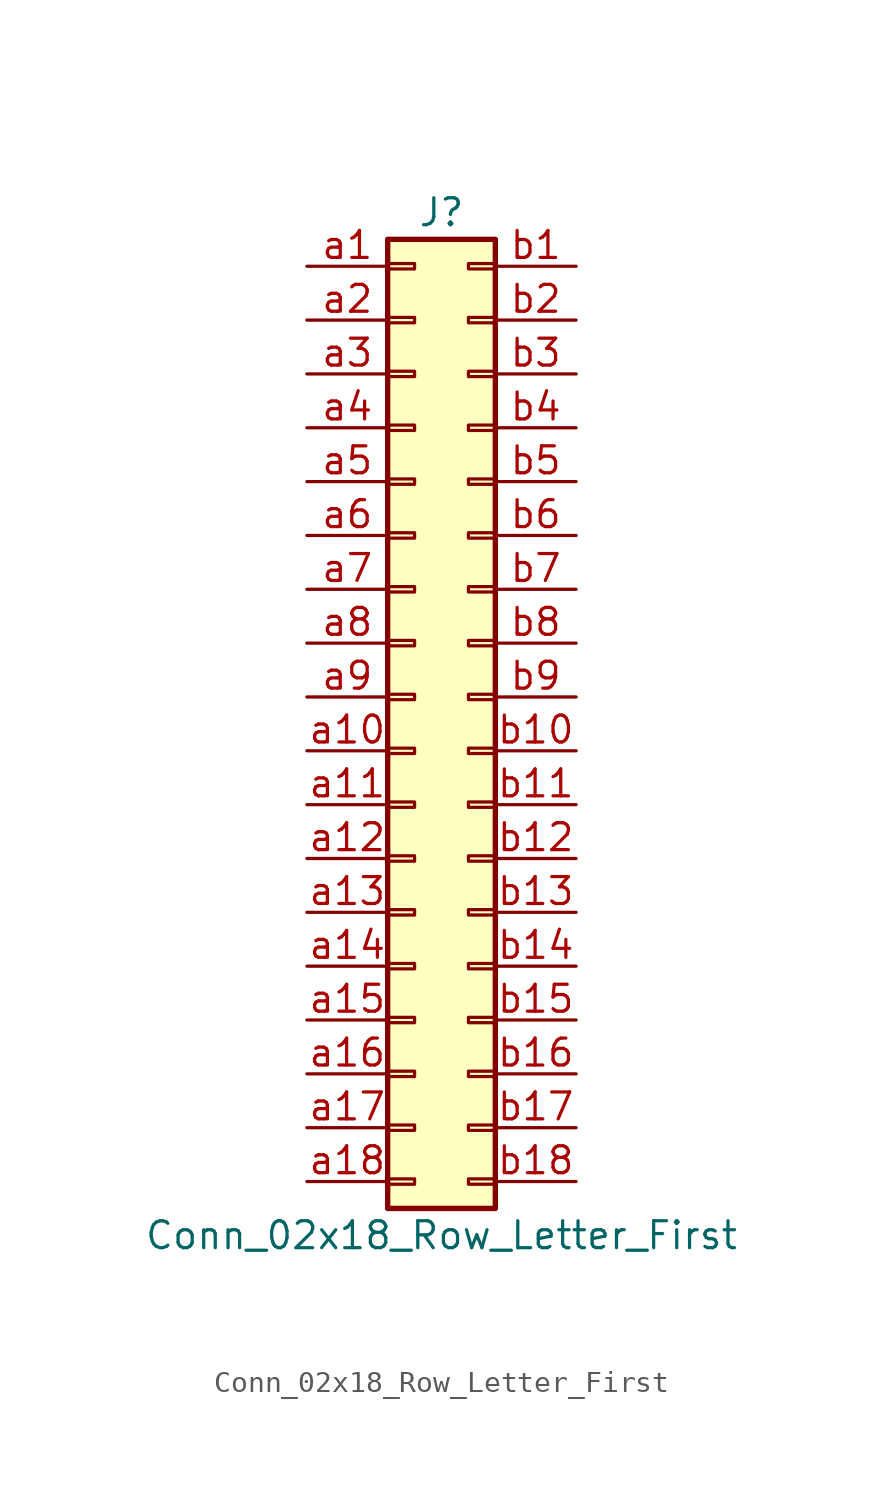
<source format=kicad_sym>
(kicad_symbol_lib
  (version 20220914)
  (generator kicad_symbol_editor)
  (symbol "Conn_02x18_Row_Letter_First"
    (pin_names
      (offset 1.016) hide)
    (property "Reference" "J"
      (at 1.27 22.86 0)
      (effects (font (size 1.27 1.27))))
    (property "Value" "Conn_02x18_Row_Letter_First"
      (at 1.27 -25.4 0)
      (effects (font (size 1.27 1.27))))
    (symbol "Conn_02x18_Row_Letter_First_1_1"
      (rectangle (start -1.27 -22.733) (end 0 -22.987) (stroke (width 0.152) (type solid)) (fill (type none)))
      (rectangle (start -1.27 -20.193) (end 0 -20.447) (stroke (width 0.152) (type solid)) (fill (type none)))
      (rectangle (start -1.27 -17.653) (end 0 -17.907) (stroke (width 0.152) (type solid)) (fill (type none)))
      (rectangle (start -1.27 -15.113) (end 0 -15.367) (stroke (width 0.152) (type solid)) (fill (type none)))
      (rectangle (start -1.27 -12.573) (end 0 -12.827) (stroke (width 0.152) (type solid)) (fill (type none)))
      (rectangle (start -1.27 -10.033) (end 0 -10.287) (stroke (width 0.152) (type solid)) (fill (type none)))
      (rectangle (start -1.27 -7.493) (end 0 -7.747) (stroke (width 0.152) (type solid)) (fill (type none)))
      (rectangle (start -1.27 -4.953) (end 0 -5.207) (stroke (width 0.152) (type solid)) (fill (type none)))
      (rectangle (start -1.27 -2.413) (end 0 -2.667) (stroke (width 0.152) (type solid)) (fill (type none)))
      (rectangle (start -1.27 0.127) (end 0 -0.127) (stroke (width 0.152) (type solid)) (fill (type none)))
      (rectangle (start -1.27 2.667) (end 0 2.413) (stroke (width 0.152) (type solid)) (fill (type none)))
      (rectangle (start -1.27 5.207) (end 0 4.953) (stroke (width 0.152) (type solid)) (fill (type none)))
      (rectangle (start -1.27 7.747) (end 0 7.493) (stroke (width 0.152) (type solid)) (fill (type none)))
      (rectangle (start -1.27 10.287) (end 0 10.033) (stroke (width 0.152) (type solid)) (fill (type none)))
      (rectangle (start -1.27 12.827) (end 0 12.573) (stroke (width 0.152) (type solid)) (fill (type none)))
      (rectangle (start -1.27 15.367) (end 0 15.113) (stroke (width 0.152) (type solid)) (fill (type none)))
      (rectangle (start -1.27 17.907) (end 0 17.653) (stroke (width 0.152) (type solid)) (fill (type none)))
      (rectangle (start -1.27 20.447) (end 0 20.193) (stroke (width 0.152) (type solid)) (fill (type none)))
      (rectangle (start -1.27 21.59) (end 3.81 -24.13) (stroke (width 0.254) (type solid)) (fill (type background)))
      (rectangle (start 3.81 -22.733) (end 2.54 -22.987) (stroke (width 0.152) (type solid)) (fill (type none)))
      (rectangle (start 3.81 -20.193) (end 2.54 -20.447) (stroke (width 0.152) (type solid)) (fill (type none)))
      (rectangle (start 3.81 -17.653) (end 2.54 -17.907) (stroke (width 0.152) (type solid)) (fill (type none)))
      (rectangle (start 3.81 -15.113) (end 2.54 -15.367) (stroke (width 0.152) (type solid)) (fill (type none)))
      (rectangle (start 3.81 -12.573) (end 2.54 -12.827) (stroke (width 0.152) (type solid)) (fill (type none)))
      (rectangle (start 3.81 -10.033) (end 2.54 -10.287) (stroke (width 0.152) (type solid)) (fill (type none)))
      (rectangle (start 3.81 -7.493) (end 2.54 -7.747) (stroke (width 0.152) (type solid)) (fill (type none)))
      (rectangle (start 3.81 -4.953) (end 2.54 -5.207) (stroke (width 0.152) (type solid)) (fill (type none)))
      (rectangle (start 3.81 -2.413) (end 2.54 -2.667) (stroke (width 0.152) (type solid)) (fill (type none)))
      (rectangle (start 3.81 0.127) (end 2.54 -0.127) (stroke (width 0.152) (type solid)) (fill (type none)))
      (rectangle (start 3.81 2.667) (end 2.54 2.413) (stroke (width 0.152) (type solid)) (fill (type none)))
      (rectangle (start 3.81 5.207) (end 2.54 4.953) (stroke (width 0.152) (type solid)) (fill (type none)))
      (rectangle (start 3.81 7.747) (end 2.54 7.493) (stroke (width 0.152) (type solid)) (fill (type none)))
      (rectangle (start 3.81 10.287) (end 2.54 10.033) (stroke (width 0.152) (type solid)) (fill (type none)))
      (rectangle (start 3.81 12.827) (end 2.54 12.573) (stroke (width 0.152) (type solid)) (fill (type none)))
      (rectangle (start 3.81 15.367) (end 2.54 15.113) (stroke (width 0.152) (type solid)) (fill (type none)))
      (rectangle (start 3.81 17.907) (end 2.54 17.653) (stroke (width 0.152) (type solid)) (fill (type none)))
      (rectangle (start 3.81 20.447) (end 2.54 20.193) (stroke (width 0.152) (type solid)) (fill (type none)))
      (pin passive line (at -5.08 20.32 0) (length 3.81) (name "Pin_a1" (effects (font (size 1.27 1.27)))) (number "a1" (effects (font (size 1.27 1.27)))))
      (pin passive line (at -5.08 -2.54 0) (length 3.81) (name "Pin_a10" (effects (font (size 1.27 1.27)))) (number "a10" (effects (font (size 1.27 1.27)))))
      (pin passive line (at -5.08 -5.08 0) (length 3.81) (name "Pin_a11" (effects (font (size 1.27 1.27)))) (number "a11" (effects (font (size 1.27 1.27)))))
      (pin passive line (at -5.08 -7.62 0) (length 3.81) (name "Pin_a12" (effects (font (size 1.27 1.27)))) (number "a12" (effects (font (size 1.27 1.27)))))
      (pin passive line (at -5.08 -10.16 0) (length 3.81) (name "Pin_a13" (effects (font (size 1.27 1.27)))) (number "a13" (effects (font (size 1.27 1.27)))))
      (pin passive line (at -5.08 -12.7 0) (length 3.81) (name "Pin_a14" (effects (font (size 1.27 1.27)))) (number "a14" (effects (font (size 1.27 1.27)))))
      (pin passive line (at -5.08 -15.24 0) (length 3.81) (name "Pin_a15" (effects (font (size 1.27 1.27)))) (number "a15" (effects (font (size 1.27 1.27)))))
      (pin passive line (at -5.08 -17.78 0) (length 3.81) (name "Pin_a16" (effects (font (size 1.27 1.27)))) (number "a16" (effects (font (size 1.27 1.27)))))
      (pin passive line (at -5.08 -20.32 0) (length 3.81) (name "Pin_a17" (effects (font (size 1.27 1.27)))) (number "a17" (effects (font (size 1.27 1.27)))))
      (pin passive line (at -5.08 -22.86 0) (length 3.81) (name "Pin_a18" (effects (font (size 1.27 1.27)))) (number "a18" (effects (font (size 1.27 1.27)))))
      (pin passive line (at -5.08 17.78 0) (length 3.81) (name "Pin_a2" (effects (font (size 1.27 1.27)))) (number "a2" (effects (font (size 1.27 1.27)))))
      (pin passive line (at -5.08 15.24 0) (length 3.81) (name "Pin_a3" (effects (font (size 1.27 1.27)))) (number "a3" (effects (font (size 1.27 1.27)))))
      (pin passive line (at -5.08 12.7 0) (length 3.81) (name "Pin_a4" (effects (font (size 1.27 1.27)))) (number "a4" (effects (font (size 1.27 1.27)))))
      (pin passive line (at -5.08 10.16 0) (length 3.81) (name "Pin_a5" (effects (font (size 1.27 1.27)))) (number "a5" (effects (font (size 1.27 1.27)))))
      (pin passive line (at -5.08 7.62 0) (length 3.81) (name "Pin_a6" (effects (font (size 1.27 1.27)))) (number "a6" (effects (font (size 1.27 1.27)))))
      (pin passive line (at -5.08 5.08 0) (length 3.81) (name "Pin_a7" (effects (font (size 1.27 1.27)))) (number "a7" (effects (font (size 1.27 1.27)))))
      (pin passive line (at -5.08 2.54 0) (length 3.81) (name "Pin_a8" (effects (font (size 1.27 1.27)))) (number "a8" (effects (font (size 1.27 1.27)))))
      (pin passive line (at -5.08 0 0) (length 3.81) (name "Pin_a9" (effects (font (size 1.27 1.27)))) (number "a9" (effects (font (size 1.27 1.27)))))
      (pin passive line (at 7.62 20.32 180) (length 3.81) (name "Pin_b1" (effects (font (size 1.27 1.27)))) (number "b1" (effects (font (size 1.27 1.27)))))
      (pin passive line (at 7.62 -2.54 180) (length 3.81) (name "Pin_b10" (effects (font (size 1.27 1.27)))) (number "b10" (effects (font (size 1.27 1.27)))))
      (pin passive line (at 7.62 -5.08 180) (length 3.81) (name "Pin_b11" (effects (font (size 1.27 1.27)))) (number "b11" (effects (font (size 1.27 1.27)))))
      (pin passive line (at 7.62 -7.62 180) (length 3.81) (name "Pin_b12" (effects (font (size 1.27 1.27)))) (number "b12" (effects (font (size 1.27 1.27)))))
      (pin passive line (at 7.62 -10.16 180) (length 3.81) (name "Pin_b13" (effects (font (size 1.27 1.27)))) (number "b13" (effects (font (size 1.27 1.27)))))
      (pin passive line (at 7.62 -12.7 180) (length 3.81) (name "Pin_b14" (effects (font (size 1.27 1.27)))) (number "b14" (effects (font (size 1.27 1.27)))))
      (pin passive line (at 7.62 -15.24 180) (length 3.81) (name "Pin_b15" (effects (font (size 1.27 1.27)))) (number "b15" (effects (font (size 1.27 1.27)))))
      (pin passive line (at 7.62 -17.78 180) (length 3.81) (name "Pin_b16" (effects (font (size 1.27 1.27)))) (number "b16" (effects (font (size 1.27 1.27)))))
      (pin passive line (at 7.62 -20.32 180) (length 3.81) (name "Pin_b17" (effects (font (size 1.27 1.27)))) (number "b17" (effects (font (size 1.27 1.27)))))
      (pin passive line (at 7.62 -22.86 180) (length 3.81) (name "Pin_b18" (effects (font (size 1.27 1.27)))) (number "b18" (effects (font (size 1.27 1.27)))))
      (pin passive line (at 7.62 17.78 180) (length 3.81) (name "Pin_b2" (effects (font (size 1.27 1.27)))) (number "b2" (effects (font (size 1.27 1.27)))))
      (pin passive line (at 7.62 15.24 180) (length 3.81) (name "Pin_b3" (effects (font (size 1.27 1.27)))) (number "b3" (effects (font (size 1.27 1.27)))))
      (pin passive line (at 7.62 12.7 180) (length 3.81) (name "Pin_b4" (effects (font (size 1.27 1.27)))) (number "b4" (effects (font (size 1.27 1.27)))))
      (pin passive line (at 7.62 10.16 180) (length 3.81) (name "Pin_b5" (effects (font (size 1.27 1.27)))) (number "b5" (effects (font (size 1.27 1.27)))))
      (pin passive line (at 7.62 7.62 180) (length 3.81) (name "Pin_b6" (effects (font (size 1.27 1.27)))) (number "b6" (effects (font (size 1.27 1.27)))))
      (pin passive line (at 7.62 5.08 180) (length 3.81) (name "Pin_b7" (effects (font (size 1.27 1.27)))) (number "b7" (effects (font (size 1.27 1.27)))))
      (pin passive line (at 7.62 2.54 180) (length 3.81) (name "Pin_b8" (effects (font (size 1.27 1.27)))) (number "b8" (effects (font (size 1.27 1.27)))))
      (pin passive line (at 7.62 0 180) (length 3.81) (name "Pin_b9" (effects (font (size 1.27 1.27)))) (number "b9" (effects (font (size 1.27 1.27))))))))
</source>
